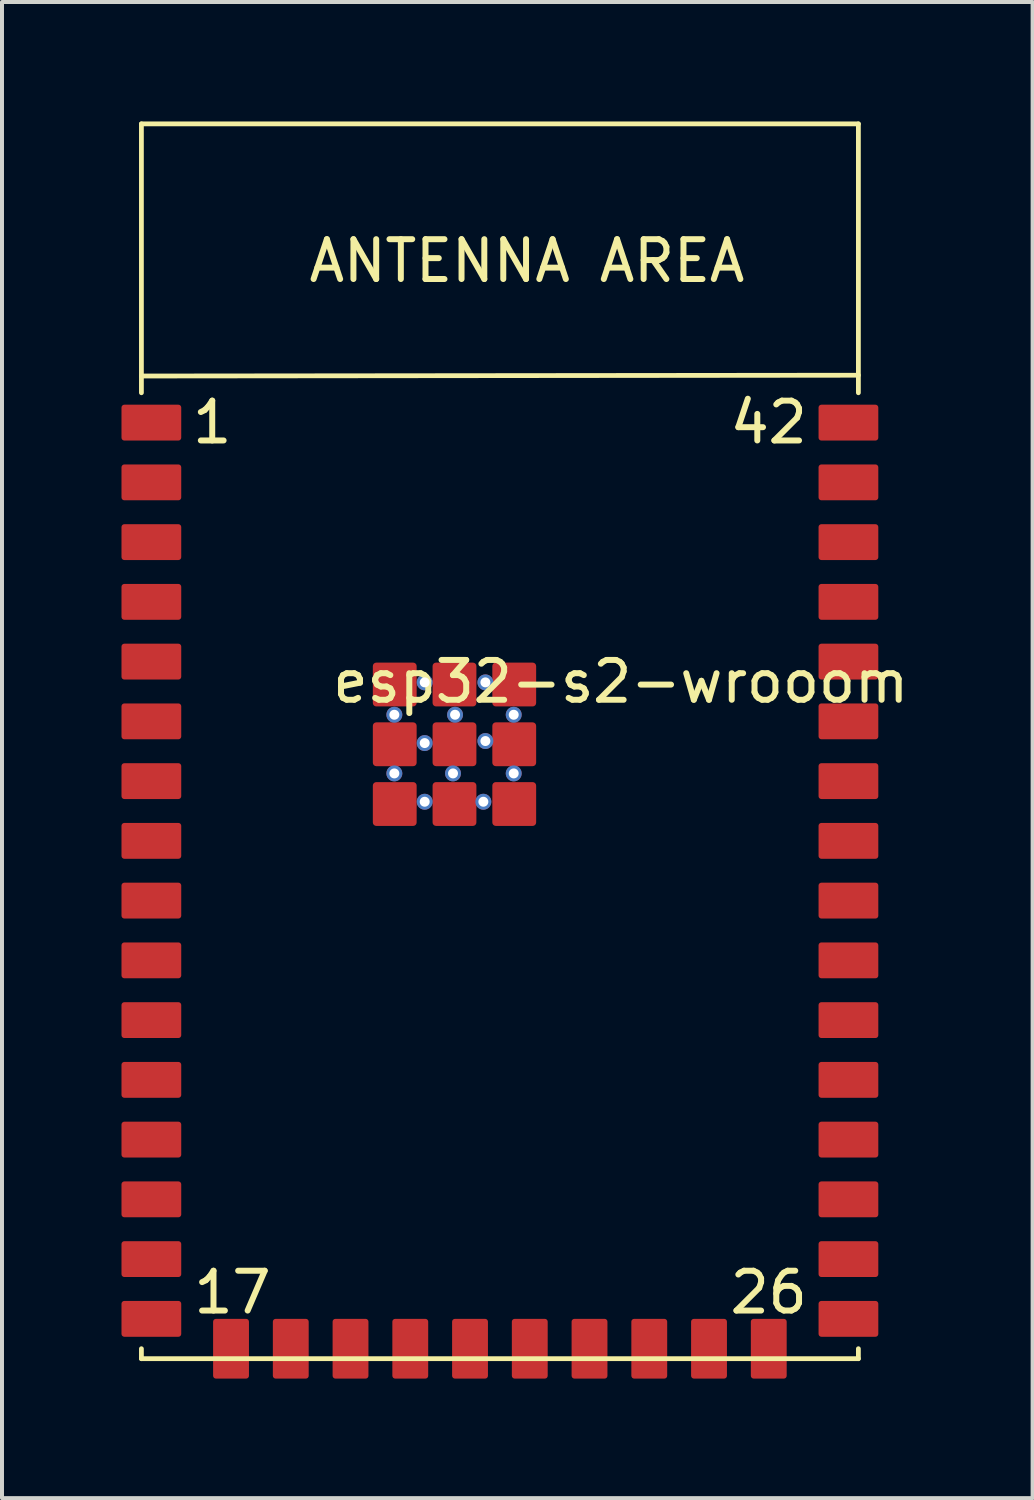
<source format=kicad_pcb>
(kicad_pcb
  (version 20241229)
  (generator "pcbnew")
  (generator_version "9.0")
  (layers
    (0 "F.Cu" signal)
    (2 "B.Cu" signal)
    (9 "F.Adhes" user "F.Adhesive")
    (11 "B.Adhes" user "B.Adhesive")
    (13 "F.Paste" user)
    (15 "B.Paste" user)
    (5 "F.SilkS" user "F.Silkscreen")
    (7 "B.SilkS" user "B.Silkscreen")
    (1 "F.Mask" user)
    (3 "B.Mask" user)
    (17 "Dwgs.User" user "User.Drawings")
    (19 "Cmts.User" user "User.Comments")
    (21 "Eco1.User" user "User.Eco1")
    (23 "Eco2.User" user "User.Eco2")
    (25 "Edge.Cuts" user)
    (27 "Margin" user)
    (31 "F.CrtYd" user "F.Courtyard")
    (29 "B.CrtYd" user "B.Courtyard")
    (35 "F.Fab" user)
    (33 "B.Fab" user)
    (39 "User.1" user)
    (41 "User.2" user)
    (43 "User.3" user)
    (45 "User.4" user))
  (footprint "esp32-s2-wrooom"
    (layer "F.Cu")
    (at 9.55 15.46)
    (property "Reference" "esp32-s2-wrooom" (at 2.985 -1.397 0) (layer "F.SilkS") (effects (font (size 1 1) (thickness 0.15))))
    (attr through_hole)
    (fp_line (start -9.05 -15.4) (end -9.05 -8.65) (stroke (width 0.12) (type solid)) (layer "F.SilkS"))
    (fp_line (start -9.05 15.35) (end -9.05 15.6) (stroke (width 0.12) (type solid)) (layer "F.SilkS"))
    (fp_line (start -9.05 15.6) (end 8.95 15.6) (stroke (width 0.12) (type solid)) (layer "F.SilkS"))
    (fp_line (start 8.95 -15.4) (end -9.05 -15.4) (stroke (width 0.12) (type solid)) (layer "F.SilkS"))
    (fp_line (start 8.95 -9.09) (end -9.05 -9.07) (stroke (width 0.12) (type solid)) (layer "F.SilkS"))
    (fp_line (start 8.95 -8.65) (end 8.95 -15.4) (stroke (width 0.12) (type solid)) (layer "F.SilkS"))
    (fp_line (start 8.95 15.35) (end 8.95 15.6) (stroke (width 0.12) (type solid)) (layer "F.SilkS"))
    (fp_text user "26" (at 6.698 13.937 0) (layer "F.SilkS") (effects (font (size 1 1) (thickness 0.15))))
    (fp_text user "ANTENNA AREA" (at 0.63 -11.96 0) (layer "F.SilkS") (effects (font (size 1 1) (thickness 0.15))))
    (fp_text user "1" (at -7.272 -7.907 0) (layer "F.SilkS") (effects (font (size 1 1) (thickness 0.15))))
    (fp_text user "42" (at 6.698 -7.907 0) (layer "F.SilkS") (effects (font (size 1 1) (thickness 0.15))))
    (fp_text user "17" (at -6.764 13.937 0) (layer "F.SilkS") (effects (font (size 1 1) (thickness 0.15))))
    (pad "" thru_hole circle (at -2.7 -0.566 180) (size 0.4 0.4) (drill oval 0.25) (layers "*.Cu" "*.Mask"))
    (pad "" thru_hole circle (at -2.7 0.907 180) (size 0.4 0.4) (drill oval 0.25) (layers "*.Cu" "*.Mask"))
    (pad "" thru_hole circle (at -1.938 -1.379 180) (size 0.4 0.4) (drill oval 0.25) (layers "*.Cu" "*.Mask"))
    (pad "" thru_hole circle (at -1.938 0.145 180) (size 0.4 0.4) (drill oval 0.25) (layers "*.Cu" "*.Mask"))
    (pad "" thru_hole circle (at -1.938 1.618 180) (size 0.4 0.4) (drill oval 0.25) (layers "*.Cu" "*.Mask"))
    (pad "" thru_hole circle (at -1.227 0.907 180) (size 0.4 0.4) (drill oval 0.25) (layers "*.Cu" "*.Mask"))
    (pad "" thru_hole circle (at -1.176 -0.566 180) (size 0.4 0.4) (drill oval 0.25) (layers "*.Cu" "*.Mask"))
    (pad "" thru_hole circle (at -0.465 1.618 180) (size 0.4 0.4) (drill oval 0.25) (layers "*.Cu" "*.Mask"))
    (pad "" thru_hole circle (at -0.414 -1.379 180) (size 0.4 0.4) (drill oval 0.25) (layers "*.Cu" "*.Mask"))
    (pad "" thru_hole circle (at -0.414 0.094 180) (size 0.4 0.4) (drill oval 0.25) (layers "*.Cu" "*.Mask"))
    (pad "" thru_hole circle (at 0.297 -0.566 180) (size 0.4 0.4) (drill oval 0.25) (layers "*.Cu" "*.Mask"))
    (pad "" thru_hole circle (at 0.297 0.907 180) (size 0.4 0.4) (drill oval 0.25) (layers "*.Cu" "*.Mask"))
    (pad "1" smd roundrect (at -8.8 -7.9) (size 1.5 0.9) (layers "F.Cu" "F.Mask" "F.Paste") (roundrect_rratio 0.079))
    (pad "2" smd roundrect (at -8.8 -6.4) (size 1.5 0.9) (layers "F.Cu" "F.Mask" "F.Paste") (roundrect_rratio 0.079))
    (pad "3" smd roundrect (at -8.8 -4.9) (size 1.5 0.9) (layers "F.Cu" "F.Mask" "F.Paste") (roundrect_rratio 0.079))
    (pad "4" smd roundrect (at -8.8 -3.4) (size 1.5 0.9) (layers "F.Cu" "F.Mask" "F.Paste") (roundrect_rratio 0.079))
    (pad "5" smd roundrect (at -8.8 -1.9) (size 1.5 0.9) (layers "F.Cu" "F.Mask" "F.Paste") (roundrect_rratio 0.079))
    (pad "6" smd roundrect (at -8.8 -0.4) (size 1.5 0.9) (layers "F.Cu" "F.Mask" "F.Paste") (roundrect_rratio 0.079))
    (pad "7" smd roundrect (at -8.8 1.1) (size 1.5 0.9) (layers "F.Cu" "F.Mask" "F.Paste") (roundrect_rratio 0.079))
    (pad "8" smd roundrect (at -8.8 2.6) (size 1.5 0.9) (layers "F.Cu" "F.Mask" "F.Paste") (roundrect_rratio 0.079))
    (pad "9" smd roundrect (at -8.8 4.1) (size 1.5 0.9) (layers "F.Cu" "F.Mask" "F.Paste") (roundrect_rratio 0.079))
    (pad "10" smd roundrect (at -8.8 5.6) (size 1.5 0.9) (layers "F.Cu" "F.Mask" "F.Paste") (roundrect_rratio 0.079))
    (pad "11" smd roundrect (at -8.8 7.1) (size 1.5 0.9) (layers "F.Cu" "F.Mask" "F.Paste") (roundrect_rratio 0.079))
    (pad "12" smd roundrect (at -8.8 8.6) (size 1.5 0.9) (layers "F.Cu" "F.Mask" "F.Paste") (roundrect_rratio 0.079))
    (pad "13" smd roundrect (at -8.8 10.1) (size 1.5 0.9) (layers "F.Cu" "F.Mask" "F.Paste") (roundrect_rratio 0.079))
    (pad "14" smd roundrect (at -8.8 11.6) (size 1.5 0.9) (layers "F.Cu" "F.Mask" "F.Paste") (roundrect_rratio 0.079))
    (pad "15" smd roundrect (at -8.8 13.1) (size 1.5 0.9) (layers "F.Cu" "F.Mask" "F.Paste") (roundrect_rratio 0.079))
    (pad "16" smd roundrect (at -8.8 14.6) (size 1.5 0.9) (layers "F.Cu" "F.Mask" "F.Paste") (roundrect_rratio 0.079))
    (pad "17" smd roundrect (at -6.8 15.35 90) (size 1.5 0.9) (layers "F.Cu" "F.Mask" "F.Paste") (roundrect_rratio 0.079))
    (pad "18" smd roundrect (at -5.3 15.35 90) (size 1.5 0.9) (layers "F.Cu" "F.Mask" "F.Paste") (roundrect_rratio 0.079))
    (pad "19" smd roundrect (at -3.8 15.35 90) (size 1.5 0.9) (layers "F.Cu" "F.Mask" "F.Paste") (roundrect_rratio 0.079))
    (pad "20" smd roundrect (at -2.3 15.35 90) (size 1.5 0.9) (layers "F.Cu" "F.Mask" "F.Paste") (roundrect_rratio 0.079))
    (pad "21" smd roundrect (at -0.8 15.35 90) (size 1.5 0.9) (layers "F.Cu" "F.Mask" "F.Paste") (roundrect_rratio 0.079))
    (pad "22" smd roundrect (at 0.7 15.35 90) (size 1.5 0.9) (layers "F.Cu" "F.Mask" "F.Paste") (roundrect_rratio 0.079))
    (pad "23" smd roundrect (at 2.2 15.35 90) (size 1.5 0.9) (layers "F.Cu" "F.Mask" "F.Paste") (roundrect_rratio 0.079))
    (pad "24" smd roundrect (at 3.7 15.35 90) (size 1.5 0.9) (layers "F.Cu" "F.Mask" "F.Paste") (roundrect_rratio 0.079))
    (pad "25" smd roundrect (at 5.2 15.35 90) (size 1.5 0.9) (layers "F.Cu" "F.Mask" "F.Paste") (roundrect_rratio 0.079))
    (pad "26" smd roundrect (at 6.7 15.35 90) (size 1.5 0.9) (layers "F.Cu" "F.Mask" "F.Paste") (roundrect_rratio 0.079))
    (pad "27" smd roundrect (at 8.7 14.6 180) (size 1.5 0.9) (layers "F.Cu" "F.Mask" "F.Paste") (roundrect_rratio 0.079))
    (pad "28" smd roundrect (at 8.7 13.1 180) (size 1.5 0.9) (layers "F.Cu" "F.Mask" "F.Paste") (roundrect_rratio 0.079))
    (pad "29" smd roundrect (at 8.7 11.6 180) (size 1.5 0.9) (layers "F.Cu" "F.Mask" "F.Paste") (roundrect_rratio 0.079))
    (pad "30" smd roundrect (at 8.7 10.1 180) (size 1.5 0.9) (layers "F.Cu" "F.Mask" "F.Paste") (roundrect_rratio 0.079))
    (pad "31" smd roundrect (at 8.7 8.6 180) (size 1.5 0.9) (layers "F.Cu" "F.Mask" "F.Paste") (roundrect_rratio 0.079))
    (pad "32" smd roundrect (at 8.7 7.1 180) (size 1.5 0.9) (layers "F.Cu" "F.Mask" "F.Paste") (roundrect_rratio 0.079))
    (pad "33" smd roundrect (at 8.7 5.6 180) (size 1.5 0.9) (layers "F.Cu" "F.Mask" "F.Paste") (roundrect_rratio 0.079))
    (pad "34" smd roundrect (at 8.7 4.1 180) (size 1.5 0.9) (layers "F.Cu" "F.Mask" "F.Paste") (roundrect_rratio 0.079))
    (pad "35" smd roundrect (at 8.7 2.6 180) (size 1.5 0.9) (layers "F.Cu" "F.Mask" "F.Paste") (roundrect_rratio 0.079))
    (pad "36" smd roundrect (at 8.7 1.1 180) (size 1.5 0.9) (layers "F.Cu" "F.Mask" "F.Paste") (roundrect_rratio 0.079))
    (pad "37" smd roundrect (at 8.7 -0.4 180) (size 1.5 0.9) (layers "F.Cu" "F.Mask" "F.Paste") (roundrect_rratio 0.079))
    (pad "38" smd roundrect (at 8.7 -1.9 180) (size 1.5 0.9) (layers "F.Cu" "F.Mask" "F.Paste") (roundrect_rratio 0.079))
    (pad "39" smd roundrect (at 8.7 -3.4 180) (size 1.5 0.9) (layers "F.Cu" "F.Mask" "F.Paste") (roundrect_rratio 0.079))
    (pad "40" smd roundrect (at 8.7 -4.9 180) (size 1.5 0.9) (layers "F.Cu" "F.Mask" "F.Paste") (roundrect_rratio 0.079))
    (pad "41" smd roundrect (at 8.7 -6.4 180) (size 1.5 0.9) (layers "F.Cu" "F.Mask" "F.Paste") (roundrect_rratio 0.079))
    (pad "42" smd roundrect (at 8.7 -7.9 180) (size 1.5 0.9) (layers "F.Cu" "F.Mask" "F.Paste") (roundrect_rratio 0.079))
    (pad "43" smd roundrect (at -2.69 -1.325 180) (size 1.1 1.1) (layers "F.Cu" "F.Mask" "F.Paste") (roundrect_rratio 0.079))
    (pad "43" smd roundrect (at -2.69 0.175 180) (size 1.1 1.1) (layers "F.Cu" "F.Mask" "F.Paste") (roundrect_rratio 0.079))
    (pad "43" smd roundrect (at -2.69 1.675 180) (size 1.1 1.1) (layers "F.Cu" "F.Mask" "F.Paste") (roundrect_rratio 0.079))
    (pad "43" smd roundrect (at -1.19 -1.325 180) (size 1.1 1.1) (layers "F.Cu" "F.Mask" "F.Paste") (roundrect_rratio 0.079))
    (pad "43" smd roundrect (at -1.19 0.175 180) (size 1.1 1.1) (layers "F.Cu" "F.Mask" "F.Paste") (roundrect_rratio 0.079))
    (pad "43" smd roundrect (at -1.19 1.675 180) (size 1.1 1.1) (layers "F.Cu" "F.Mask" "F.Paste") (roundrect_rratio 0.079))
    (pad "43" smd roundrect (at 0.31 -1.325 180) (size 1.1 1.1) (layers "F.Cu" "F.Mask" "F.Paste") (roundrect_rratio 0.079))
    (pad "43" smd roundrect (at 0.31 0.175 180) (size 1.1 1.1) (layers "F.Cu" "F.Mask" "F.Paste") (roundrect_rratio 0.079))
    (pad "43" smd roundrect (at 0.31 1.675 180) (size 1.1 1.1) (layers "F.Cu" "F.Mask" "F.Paste") (roundrect_rratio 0.079)))
  (gr_rect
    (start -3 -3)
    (end 22.874 34.56)
    (stroke (width 0.1) (type default))
    (fill no)
    (layer "Edge.Cuts")))
</source>
